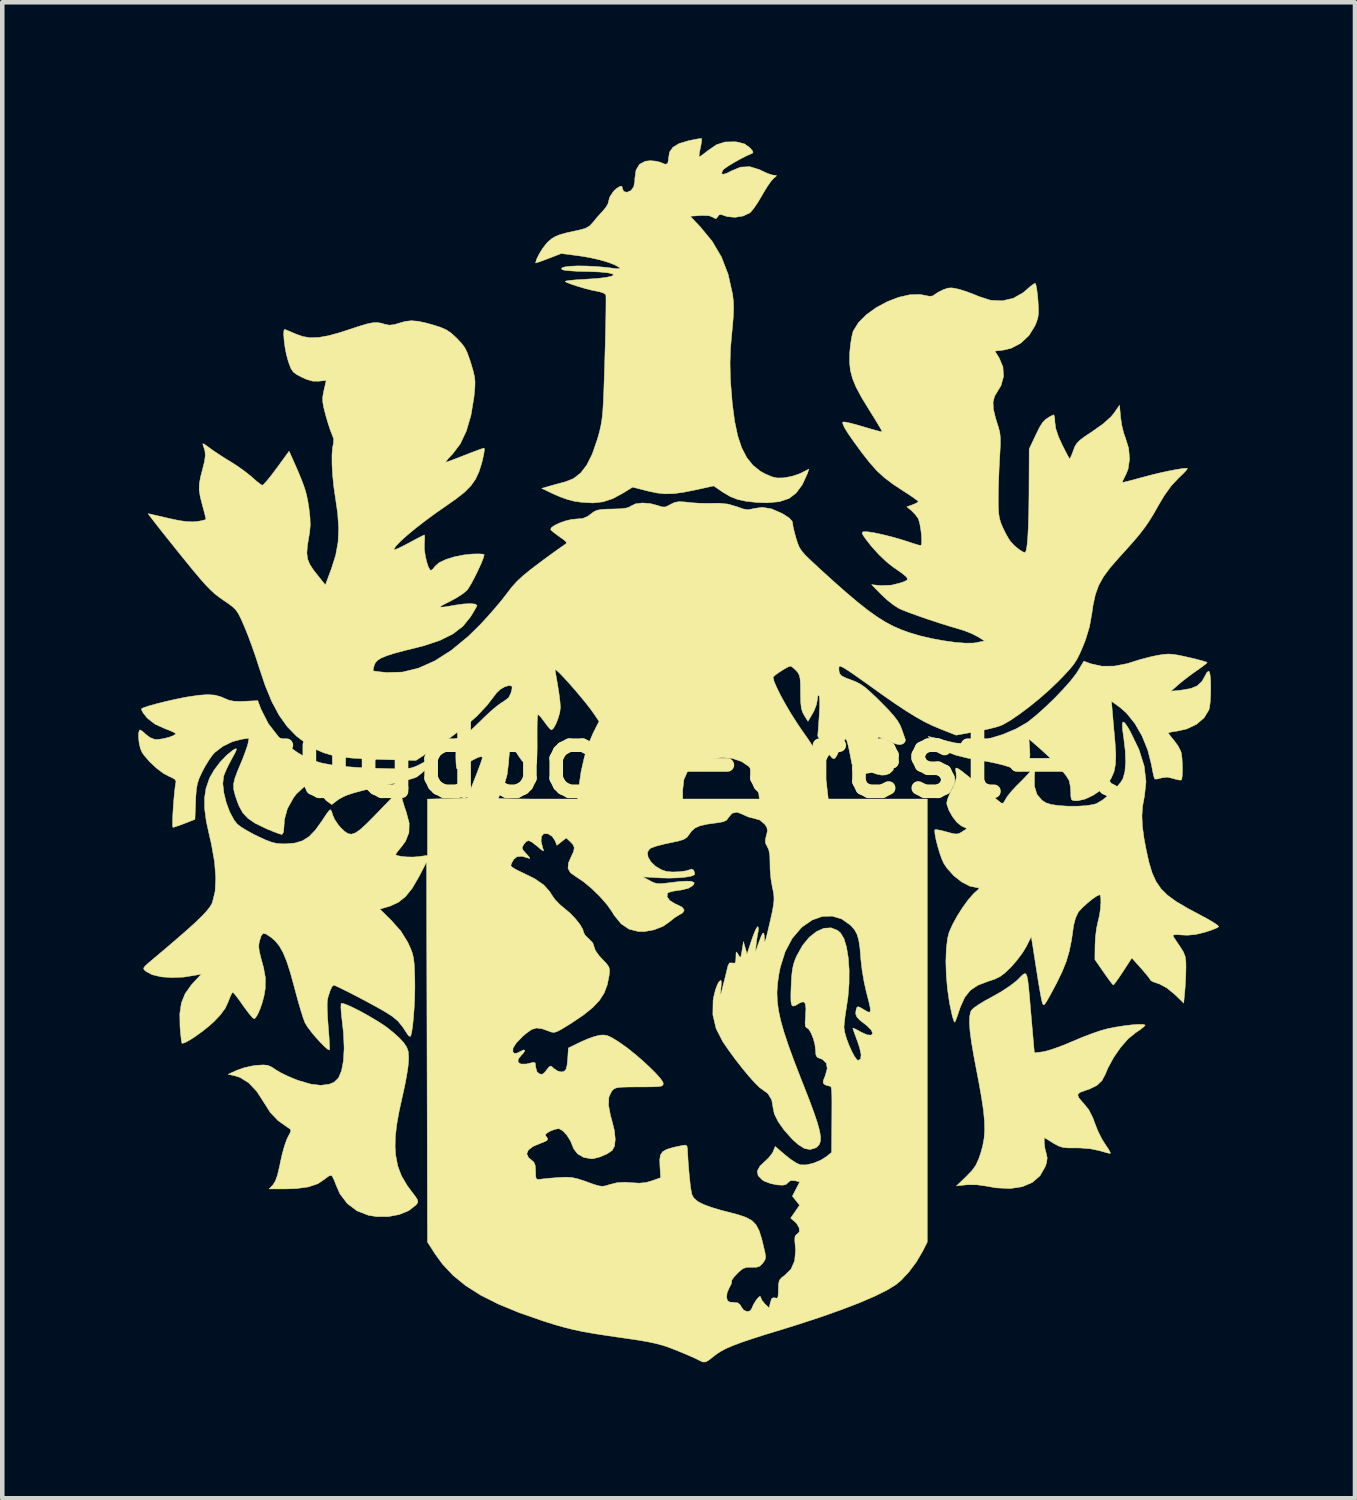
<source format=kicad_pcb>
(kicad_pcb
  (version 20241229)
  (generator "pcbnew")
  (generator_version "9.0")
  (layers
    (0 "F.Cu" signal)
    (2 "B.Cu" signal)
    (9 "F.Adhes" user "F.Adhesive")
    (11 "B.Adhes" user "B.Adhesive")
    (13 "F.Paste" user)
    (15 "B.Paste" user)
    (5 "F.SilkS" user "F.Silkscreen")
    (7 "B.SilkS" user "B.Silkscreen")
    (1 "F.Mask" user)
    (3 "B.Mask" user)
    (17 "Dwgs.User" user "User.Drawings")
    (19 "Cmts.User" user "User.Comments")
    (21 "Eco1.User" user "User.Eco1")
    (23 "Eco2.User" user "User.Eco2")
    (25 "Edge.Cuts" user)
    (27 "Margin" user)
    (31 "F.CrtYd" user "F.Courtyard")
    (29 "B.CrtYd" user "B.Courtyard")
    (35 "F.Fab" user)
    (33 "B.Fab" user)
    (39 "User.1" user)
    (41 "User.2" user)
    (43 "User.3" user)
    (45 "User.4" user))
  (footprint "ruddock-crest-l"
    (layer "F.Cu")
    (at 12.081 13.708)
    (property "Reference" "ruddock-crest-l" (at 0 0 0) (layer "F.SilkS") (effects (font (size 1.524 1.524) (thickness 0.3))))
    (attr through_hole)
    (fp_poly (pts (xy -7.56 5.37) (xy -7.46 5.407) (xy -7.323 5.471) (xy -7.161 5.554) (xy -6.989 5.65) (xy -6.821 5.75) (xy -6.67 5.847) (xy -6.599 5.897) (xy -6.459 6.009) (xy -6.329 6.126) (xy -6.236 6.226) (xy -6.228 6.236) (xy -6.163 6.333) (xy -6.13 6.425) (xy -6.121 6.545) (xy -6.122 6.621) (xy -6.133 6.75) (xy -6.16 6.932) (xy -6.199 7.143) (xy -6.246 7.361) (xy -6.251 7.382) (xy -6.331 7.746) (xy -6.385 8.05) (xy -6.414 8.308) (xy -6.419 8.532) (xy -6.407 8.709) (xy -6.361 8.951) (xy -6.281 9.166) (xy -6.154 9.381) (xy -6.062 9.506) (xy -5.974 9.622) (xy -5.927 9.695) (xy -5.917 9.743) (xy -5.937 9.784) (xy -5.963 9.814) (xy -6.119 9.936) (xy -6.327 10.022) (xy -6.568 10.067) (xy -6.824 10.068) (xy -7.006 10.039) (xy -7.26 9.941) (xy -7.473 9.78) (xy -7.636 9.565) (xy -7.716 9.384) (xy -7.76 9.268) (xy -7.802 9.184) (xy -7.822 9.16) (xy -7.872 9.168) (xy -7.948 9.221) (xy -7.97 9.24) (xy -8.123 9.343) (xy -8.332 9.413) (xy -8.604 9.45) (xy -8.825 9.457) (xy -9.197 9.457) (xy -9.111 9.366) (xy -9.059 9.283) (xy -9.011 9.147) (xy -8.964 8.947) (xy -8.95 8.875) (xy -8.908 8.687) (xy -8.859 8.51) (xy -8.809 8.37) (xy -8.784 8.316) (xy -8.732 8.218) (xy -8.717 8.165) (xy -8.738 8.133) (xy -8.769 8.113) (xy -8.998 7.953) (xy -9.174 7.768) (xy -9.305 7.561) (xy -9.469 7.307) (xy -9.649 7.117) (xy -9.84 6.998) (xy -9.934 6.968) (xy -10.101 6.929) (xy -9.906 6.841) (xy -9.753 6.787) (xy -9.573 6.746) (xy -9.465 6.731) (xy -9.323 6.723) (xy -9.228 6.732) (xy -9.145 6.768) (xy -9.054 6.828) (xy -8.941 6.896) (xy -8.781 6.973) (xy -8.604 7.047) (xy -8.541 7.07) (xy -8.275 7.147) (xy -8.055 7.173) (xy -7.869 7.147) (xy -7.763 7.104) (xy -7.668 7.012) (xy -7.6 6.852) (xy -7.558 6.63) (xy -7.543 6.353) (xy -7.557 6.025) (xy -7.588 5.739) (xy -7.606 5.583) (xy -7.614 5.456) (xy -7.611 5.38) (xy -7.607 5.366) (xy -7.56 5.37)) (stroke (width 0.01) (type solid)) (fill yes) (layer "F.SilkS"))
    (fp_poly (pts (xy 7.491 4.719) (xy 7.513 4.768) (xy 7.532 4.863) (xy 7.549 5.01) (xy 7.569 5.218) (xy 7.592 5.493) (xy 7.605 5.641) (xy 7.676 6.457) (xy 7.86 6.435) (xy 7.966 6.41) (xy 8.123 6.36) (xy 8.31 6.291) (xy 8.506 6.209) (xy 8.526 6.201) (xy 8.735 6.113) (xy 8.947 6.032) (xy 9.139 5.967) (xy 9.285 5.926) (xy 9.285 5.926) (xy 9.464 5.89) (xy 9.648 5.861) (xy 9.822 5.84) (xy 9.968 5.829) (xy 10.072 5.83) (xy 10.118 5.843) (xy 10.119 5.846) (xy 10.087 5.884) (xy 10.007 5.947) (xy 9.904 6.016) (xy 9.743 6.148) (xy 9.579 6.335) (xy 9.425 6.557) (xy 9.297 6.794) (xy 9.24 6.929) (xy 9.165 7.071) (xy 9.053 7.176) (xy 8.886 7.257) (xy 8.792 7.288) (xy 8.679 7.33) (xy 8.633 7.378) (xy 8.653 7.445) (xy 8.736 7.544) (xy 8.755 7.563) (xy 8.875 7.711) (xy 8.965 7.888) (xy 9.009 8.008) (xy 9.077 8.181) (xy 9.164 8.356) (xy 9.243 8.481) (xy 9.311 8.581) (xy 9.349 8.652) (xy 9.35 8.675) (xy 9.295 8.665) (xy 9.192 8.637) (xy 9.102 8.611) (xy 8.912 8.572) (xy 8.685 8.554) (xy 8.582 8.553) (xy 8.418 8.553) (xy 8.303 8.541) (xy 8.21 8.511) (xy 8.109 8.457) (xy 8.084 8.441) (xy 7.894 8.324) (xy 7.894 8.435) (xy 7.907 8.554) (xy 7.937 8.671) (xy 7.959 8.772) (xy 7.946 8.876) (xy 7.915 8.968) (xy 7.8 9.168) (xy 7.63 9.315) (xy 7.408 9.409) (xy 7.139 9.449) (xy 6.828 9.433) (xy 6.624 9.396) (xy 6.412 9.366) (xy 6.203 9.365) (xy 6.174 9.367) (xy 5.959 9.391) (xy 6.178 9.18) (xy 6.302 9.051) (xy 6.385 8.936) (xy 6.447 8.801) (xy 6.491 8.675) (xy 6.537 8.508) (xy 6.568 8.341) (xy 6.581 8.163) (xy 6.576 7.962) (xy 6.554 7.726) (xy 6.512 7.445) (xy 6.452 7.106) (xy 6.412 6.897) (xy 6.342 6.529) (xy 6.291 6.23) (xy 6.259 5.991) (xy 6.245 5.805) (xy 6.248 5.666) (xy 6.267 5.565) (xy 6.285 5.522) (xy 6.336 5.471) (xy 6.442 5.396) (xy 6.586 5.308) (xy 6.73 5.23) (xy 6.941 5.111) (xy 7.132 4.986) (xy 7.28 4.871) (xy 7.313 4.841) (xy 7.376 4.777) (xy 7.425 4.731) (xy 7.462 4.71) (xy 7.491 4.719)) (stroke (width 0.01) (type solid)) (fill yes) (layer "F.SilkS"))
    (fp_poly (pts (xy 10.738 -2.33) (xy 10.872 -2.308) (xy 11.055 -2.268) (xy 11.078 -2.263) (xy 11.245 -2.223) (xy 11.378 -2.188) (xy 11.464 -2.161) (xy 11.487 -2.149) (xy 11.457 -2.119) (xy 11.377 -2.058) (xy 11.265 -1.978) (xy 11.243 -1.963) (xy 11.096 -1.857) (xy 10.95 -1.745) (xy 10.844 -1.657) (xy 10.688 -1.517) (xy 10.916 -1.541) (xy 11.122 -1.576) (xy 11.268 -1.636) (xy 11.37 -1.732) (xy 11.429 -1.835) (xy 11.482 -1.933) (xy 11.52 -1.958) (xy 11.534 -1.946) (xy 11.551 -1.877) (xy 11.562 -1.753) (xy 11.565 -1.596) (xy 11.562 -1.429) (xy 11.553 -1.273) (xy 11.537 -1.153) (xy 11.525 -1.106) (xy 11.419 -0.931) (xy 11.252 -0.788) (xy 11.038 -0.686) (xy 10.822 -0.637) (xy 10.711 -0.621) (xy 10.642 -0.604) (xy 10.629 -0.597) (xy 10.652 -0.56) (xy 10.712 -0.484) (xy 10.761 -0.425) (xy 10.844 -0.31) (xy 10.903 -0.195) (xy 10.917 -0.15) (xy 10.931 -0.042) (xy 10.939 0.094) (xy 10.941 0.234) (xy 10.936 0.353) (xy 10.924 0.428) (xy 10.918 0.44) (xy 10.871 0.442) (xy 10.779 0.421) (xy 10.743 0.409) (xy 10.608 0.377) (xy 10.491 0.391) (xy 10.471 0.397) (xy 10.383 0.42) (xy 10.331 0.418) (xy 10.33 0.417) (xy 10.313 0.371) (xy 10.289 0.268) (xy 10.262 0.129) (xy 10.257 0.099) (xy 10.176 -0.222) (xy 10.051 -0.53) (xy 9.892 -0.806) (xy 9.708 -1.035) (xy 9.558 -1.166) (xy 9.376 -1.296) (xy 9.397 -1.049) (xy 9.41 -0.899) (xy 9.427 -0.703) (xy 9.446 -0.493) (xy 9.455 -0.391) (xy 9.472 -0.12) (xy 9.465 0.093) (xy 9.431 0.263) (xy 9.367 0.408) (xy 9.279 0.532) (xy 9.143 0.663) (xy 8.972 0.778) (xy 8.793 0.861) (xy 8.632 0.898) (xy 8.609 0.899) (xy 8.529 0.894) (xy 8.492 0.867) (xy 8.48 0.796) (xy 8.48 0.725) (xy 8.471 0.592) (xy 8.448 0.474) (xy 8.441 0.45) (xy 8.386 0.358) (xy 8.283 0.228) (xy 8.142 0.074) (xy 7.975 -0.092) (xy 7.794 -0.258) (xy 7.774 -0.275) (xy 7.557 -0.464) (xy 7.573 -0.237) (xy 7.579 -0.103) (xy 7.565 -0.015) (xy 7.524 0.059) (xy 7.473 0.119) (xy 7.357 0.249) (xy 7.148 0.162) (xy 7.017 0.119) (xy 6.837 0.073) (xy 6.637 0.032) (xy 6.527 0.014) (xy 6.204 -0.042) (xy 5.947 -0.106) (xy 5.743 -0.184) (xy 5.58 -0.28) (xy 5.444 -0.4) (xy 5.431 -0.413) (xy 5.334 -0.519) (xy 5.432 -0.498) (xy 5.521 -0.478) (xy 5.654 -0.444) (xy 5.775 -0.412) (xy 5.933 -0.376) (xy 6.069 -0.366) (xy 6.224 -0.378) (xy 6.294 -0.389) (xy 6.641 -0.46) (xy 6.973 -0.561) (xy 7.271 -0.686) (xy 7.514 -0.825) (xy 7.549 -0.851) (xy 7.73 -0.997) (xy 7.928 -1.175) (xy 8.129 -1.369) (xy 8.317 -1.566) (xy 8.479 -1.749) (xy 8.6 -1.906) (xy 8.635 -1.96) (xy 8.767 -2.18) (xy 8.926 -2.121) (xy 9.164 -2.069) (xy 9.437 -2.071) (xy 9.725 -2.126) (xy 9.83 -2.16) (xy 10.02 -2.219) (xy 10.233 -2.274) (xy 10.387 -2.307) (xy 10.52 -2.328) (xy 10.628 -2.337) (xy 10.738 -2.33)) (stroke (width 0.01) (type solid)) (fill yes) (layer "F.SilkS"))
    (fp_poly (pts (xy -10.392 -1.431) (xy -10.257 -1.393) (xy -10.191 -1.364) (xy -10.084 -1.319) (xy -9.972 -1.296) (xy -9.824 -1.292) (xy -9.74 -1.295) (xy -9.448 -1.309) (xy -9.374 -1.114) (xy -9.213 -0.799) (xy -8.987 -0.509) (xy -8.743 -0.287) (xy -8.575 -0.167) (xy -8.41 -0.069) (xy -8.236 0.007) (xy -8.041 0.066) (xy -7.814 0.11) (xy -7.543 0.143) (xy -7.216 0.166) (xy -6.838 0.182) (xy -6.581 0.19) (xy -6.389 0.195) (xy -6.247 0.194) (xy -6.144 0.187) (xy -6.064 0.174) (xy -5.996 0.153) (xy -5.924 0.123) (xy -5.923 0.122) (xy -5.776 0.045) (xy -5.621 -0.056) (xy -5.557 -0.105) (xy -5.461 -0.178) (xy -5.419 -0.196) (xy -5.425 -0.17) (xy -5.493 -0.07) (xy -5.597 0.054) (xy -5.719 0.182) (xy -5.837 0.293) (xy -5.933 0.367) (xy -5.948 0.376) (xy -6.028 0.406) (xy -6.167 0.446) (xy -6.347 0.492) (xy -6.549 0.539) (xy -6.597 0.55) (xy -6.906 0.618) (xy -7.148 0.675) (xy -7.334 0.726) (xy -7.476 0.773) (xy -7.582 0.819) (xy -7.665 0.868) (xy -7.689 0.885) (xy -7.816 0.982) (xy -7.933 0.898) (xy -8.041 0.779) (xy -8.094 0.641) (xy -8.126 0.535) (xy -8.159 0.489) (xy -8.208 0.488) (xy -8.221 0.491) (xy -8.424 0.588) (xy -8.598 0.75) (xy -8.66 0.833) (xy -8.793 1.07) (xy -8.859 1.31) (xy -8.87 1.475) (xy -8.881 1.592) (xy -8.912 1.64) (xy -8.919 1.641) (xy -8.976 1.626) (xy -9.083 1.586) (xy -9.223 1.529) (xy -9.277 1.505) (xy -9.501 1.397) (xy -9.662 1.287) (xy -9.777 1.165) (xy -9.86 1.014) (xy -9.882 0.96) (xy -9.943 0.786) (xy -9.977 0.653) (xy -9.982 0.538) (xy -9.956 0.416) (xy -9.9 0.262) (xy -9.849 0.14) (xy -9.778 -0.031) (xy -9.719 -0.189) (xy -9.677 -0.31) (xy -9.664 -0.358) (xy -9.64 -0.481) (xy -9.8 -0.459) (xy -10.009 -0.404) (xy -10.217 -0.302) (xy -10.391 -0.17) (xy -10.44 -0.118) (xy -10.518 -0.009) (xy -10.607 0.136) (xy -10.679 0.271) (xy -10.739 0.401) (xy -10.777 0.514) (xy -10.8 0.638) (xy -10.813 0.8) (xy -10.818 0.916) (xy -10.833 1.309) (xy -11.058 1.397) (xy -11.182 1.443) (xy -11.277 1.475) (xy -11.318 1.485) (xy -11.325 1.449) (xy -11.326 1.353) (xy -11.321 1.213) (xy -11.311 1.049) (xy -11.298 0.876) (xy -11.283 0.712) (xy -11.267 0.576) (xy -11.252 0.483) (xy -11.249 0.474) (xy -11.274 0.425) (xy -11.367 0.375) (xy -11.392 0.366) (xy -11.522 0.298) (xy -11.674 0.185) (xy -11.824 0.046) (xy -11.95 -0.099) (xy -12 -0.171) (xy -12.037 -0.26) (xy -12.063 -0.377) (xy -12.076 -0.498) (xy -12.074 -0.599) (xy -12.056 -0.658) (xy -12.043 -0.664) (xy -11.996 -0.638) (xy -11.927 -0.576) (xy -11.923 -0.571) (xy -11.824 -0.496) (xy -11.723 -0.455) (xy -11.638 -0.454) (xy -11.524 -0.472) (xy -11.405 -0.502) (xy -11.308 -0.538) (xy -11.257 -0.572) (xy -11.254 -0.58) (xy -11.288 -0.606) (xy -11.377 -0.647) (xy -11.502 -0.695) (xy -11.506 -0.697) (xy -11.712 -0.79) (xy -11.868 -0.911) (xy -11.901 -0.945) (xy -11.973 -1.037) (xy -12.011 -1.106) (xy -12.01 -1.132) (xy -11.952 -1.159) (xy -11.834 -1.197) (xy -11.672 -1.242) (xy -11.483 -1.289) (xy -11.282 -1.335) (xy -11.087 -1.375) (xy -11.011 -1.389) (xy -10.752 -1.428) (xy -10.551 -1.442) (xy -10.392 -1.431)) (stroke (width 0.01) (type solid)) (fill yes) (layer "F.SilkS"))
    (fp_poly (pts (xy 9.668 -0.82) (xy 9.731 -0.731) (xy 9.794 -0.621) (xy 9.983 -0.231) (xy 10.097 0.134) (xy 10.138 0.477) (xy 10.104 0.796) (xy 10.103 0.799) (xy 10.063 1.015) (xy 10.048 1.229) (xy 10.058 1.459) (xy 10.094 1.727) (xy 10.139 1.967) (xy 10.202 2.254) (xy 10.272 2.487) (xy 10.358 2.678) (xy 10.469 2.84) (xy 10.615 2.984) (xy 10.807 3.123) (xy 11.054 3.269) (xy 11.304 3.402) (xy 11.472 3.492) (xy 11.609 3.572) (xy 11.703 3.634) (xy 11.741 3.671) (xy 11.741 3.675) (xy 11.695 3.704) (xy 11.595 3.744) (xy 11.46 3.79) (xy 11.443 3.795) (xy 11.232 3.847) (xy 11.048 3.863) (xy 10.937 3.858) (xy 10.805 3.85) (xy 10.74 3.858) (xy 10.734 3.882) (xy 10.769 3.937) (xy 10.833 4.033) (xy 10.89 4.117) (xy 10.963 4.234) (xy 11.002 4.334) (xy 11.017 4.453) (xy 11.019 4.567) (xy 11.015 4.755) (xy 11.004 4.964) (xy 10.994 5.092) (xy 10.969 5.359) (xy 10.77 5.167) (xy 10.598 5.026) (xy 10.437 4.939) (xy 10.404 4.928) (xy 10.304 4.894) (xy 10.245 4.863) (xy 10.238 4.854) (xy 10.214 4.814) (xy 10.149 4.732) (xy 10.057 4.624) (xy 10.032 4.595) (xy 9.825 4.365) (xy 9.631 4.663) (xy 9.544 4.794) (xy 9.472 4.896) (xy 9.427 4.953) (xy 9.418 4.961) (xy 9.388 4.931) (xy 9.326 4.85) (xy 9.243 4.735) (xy 9.205 4.68) (xy 9.011 4.4) (xy 9.014 4.085) (xy 9.024 3.9) (xy 9.047 3.713) (xy 9.079 3.563) (xy 9.08 3.559) (xy 9.112 3.426) (xy 9.133 3.281) (xy 9.143 3.145) (xy 9.141 3.036) (xy 9.125 2.977) (xy 9.115 2.971) (xy 9.053 2.998) (xy 8.956 3.064) (xy 8.846 3.154) (xy 8.74 3.251) (xy 8.659 3.337) (xy 8.636 3.371) (xy 8.582 3.491) (xy 8.544 3.635) (xy 8.538 3.672) (xy 8.496 3.969) (xy 8.445 4.219) (xy 8.378 4.445) (xy 8.287 4.672) (xy 8.164 4.924) (xy 8.071 5.099) (xy 7.985 5.256) (xy 7.928 5.352) (xy 7.892 5.396) (xy 7.87 5.395) (xy 7.854 5.359) (xy 7.847 5.333) (xy 7.828 5.25) (xy 7.802 5.109) (xy 7.771 4.93) (xy 7.739 4.732) (xy 7.739 4.728) (xy 7.707 4.523) (xy 7.677 4.33) (xy 7.652 4.17) (xy 7.636 4.067) (xy 7.608 3.895) (xy 7.497 4.116) (xy 7.412 4.255) (xy 7.293 4.414) (xy 7.167 4.559) (xy 7.159 4.567) (xy 7.03 4.692) (xy 6.921 4.774) (xy 6.803 4.832) (xy 6.651 4.882) (xy 6.428 4.967) (xy 6.263 5.079) (xy 6.141 5.233) (xy 6.045 5.445) (xy 6.024 5.507) (xy 5.979 5.64) (xy 5.943 5.738) (xy 5.921 5.782) (xy 5.919 5.783) (xy 5.901 5.75) (xy 5.873 5.666) (xy 5.865 5.637) (xy 5.805 5.357) (xy 5.761 5.052) (xy 5.734 4.74) (xy 5.725 4.437) (xy 5.735 4.162) (xy 5.763 3.931) (xy 5.796 3.801) (xy 5.868 3.636) (xy 5.971 3.447) (xy 6.093 3.254) (xy 6.219 3.081) (xy 6.333 2.951) (xy 6.366 2.92) (xy 6.44 2.854) (xy 6.458 2.823) (xy 6.424 2.814) (xy 6.41 2.814) (xy 6.249 2.78) (xy 6.074 2.689) (xy 5.902 2.554) (xy 5.751 2.386) (xy 5.683 2.285) (xy 5.638 2.188) (xy 5.59 2.054) (xy 5.545 1.904) (xy 5.508 1.757) (xy 5.485 1.633) (xy 5.479 1.553) (xy 5.485 1.536) (xy 5.529 1.536) (xy 5.626 1.555) (xy 5.74 1.585) (xy 5.872 1.62) (xy 5.955 1.632) (xy 6.015 1.62) (xy 6.077 1.586) (xy 6.084 1.581) (xy 6.191 1.511) (xy 6.068 1.454) (xy 5.972 1.378) (xy 5.875 1.255) (xy 5.794 1.114) (xy 5.749 0.983) (xy 5.744 0.942) (xy 5.762 0.864) (xy 5.809 0.746) (xy 5.859 0.643) (xy 5.927 0.499) (xy 5.955 0.389) (xy 5.951 0.286) (xy 5.941 0.226) (xy 5.941 0.188) (xy 5.957 0.175) (xy 5.999 0.193) (xy 6.073 0.244) (xy 6.187 0.334) (xy 6.35 0.466) (xy 6.467 0.562) (xy 6.626 0.691) (xy 6.765 0.804) (xy 6.873 0.891) (xy 6.936 0.942) (xy 6.945 0.949) (xy 6.99 0.952) (xy 7.032 0.884) (xy 7.035 0.877) (xy 7.082 0.8) (xy 7.17 0.691) (xy 7.283 0.569) (xy 7.322 0.531) (xy 7.443 0.41) (xy 7.548 0.297) (xy 7.62 0.213) (xy 7.633 0.195) (xy 7.668 0.147) (xy 7.686 0.141) (xy 7.689 0.188) (xy 7.682 0.298) (xy 7.677 0.352) (xy 7.679 0.58) (xy 7.733 0.756) (xy 7.842 0.886) (xy 7.932 0.944) (xy 8.047 0.981) (xy 8.217 1.005) (xy 8.418 1.018) (xy 8.628 1.018) (xy 8.824 1.006) (xy 8.982 0.98) (xy 9.047 0.96) (xy 9.176 0.884) (xy 9.323 0.767) (xy 9.466 0.629) (xy 9.579 0.493) (xy 9.629 0.412) (xy 9.672 0.26) (xy 9.689 0.049) (xy 9.68 -0.208) (xy 9.649 -0.47) (xy 9.622 -0.667) (xy 9.615 -0.79) (xy 9.63 -0.84) (xy 9.668 -0.82)) (stroke (width 0.01) (type solid)) (fill yes) (layer "F.SilkS"))
    (fp_poly (pts (xy 0.34 -13.702) (xy 0.34 -13.659) (xy 0.326 -13.565) (xy 0.313 -13.501) (xy 0.291 -13.391) (xy 0.282 -13.317) (xy 0.284 -13.302) (xy 0.318 -13.317) (xy 0.395 -13.372) (xy 0.484 -13.442) (xy 0.666 -13.566) (xy 0.852 -13.627) (xy 1.068 -13.632) (xy 1.121 -13.627) (xy 1.286 -13.585) (xy 1.402 -13.501) (xy 1.464 -13.428) (xy 1.471 -13.389) (xy 1.446 -13.373) (xy 1.335 -13.325) (xy 1.199 -13.256) (xy 1.058 -13.177) (xy 0.932 -13.101) (xy 0.84 -13.037) (xy 0.806 -13.005) (xy 0.779 -12.936) (xy 0.811 -12.913) (xy 0.895 -12.938) (xy 0.992 -12.988) (xy 1.198 -13.073) (xy 1.403 -13.083) (xy 1.617 -13.017) (xy 1.665 -12.993) (xy 1.785 -12.937) (xy 1.89 -12.901) (xy 1.93 -12.895) (xy 1.986 -12.891) (xy 1.982 -12.871) (xy 1.926 -12.826) (xy 1.869 -12.762) (xy 1.79 -12.649) (xy 1.703 -12.507) (xy 1.67 -12.448) (xy 1.581 -12.299) (xy 1.494 -12.17) (xy 1.421 -12.082) (xy 1.401 -12.064) (xy 1.254 -11.995) (xy 1.076 -11.966) (xy 0.905 -11.982) (xy 0.856 -11.998) (xy 0.769 -12.028) (xy 0.722 -12.018) (xy 0.695 -11.981) (xy 0.657 -11.935) (xy 0.608 -11.955) (xy 0.592 -11.967) (xy 0.501 -12.002) (xy 0.344 -12.007) (xy 0.308 -12.005) (xy 0.088 -11.99) (xy 0.308 -11.758) (xy 0.574 -11.435) (xy 0.777 -11.09) (xy 0.924 -10.709) (xy 1.02 -10.278) (xy 1.023 -10.258) (xy 1.04 -10.115) (xy 1.045 -9.961) (xy 1.038 -9.777) (xy 1.019 -9.544) (xy 1.006 -9.418) (xy 0.976 -9.072) (xy 0.966 -8.76) (xy 0.972 -8.442) (xy 0.979 -8.314) (xy 1.016 -7.857) (xy 1.067 -7.47) (xy 1.135 -7.147) (xy 1.223 -6.883) (xy 1.334 -6.669) (xy 1.469 -6.5) (xy 1.631 -6.37) (xy 1.742 -6.308) (xy 1.885 -6.246) (xy 2.003 -6.219) (xy 2.135 -6.221) (xy 2.165 -6.224) (xy 2.324 -6.254) (xy 2.483 -6.305) (xy 2.538 -6.33) (xy 2.703 -6.414) (xy 2.675 -6.323) (xy 2.557 -6.067) (xy 2.42 -5.884) (xy 2.267 -5.767) (xy 2.052 -5.696) (xy 1.775 -5.671) (xy 1.563 -5.679) (xy 1.322 -5.705) (xy 1.133 -5.745) (xy 0.973 -5.808) (xy 0.815 -5.901) (xy 0.794 -5.915) (xy 0.606 -6.044) (xy 0.195 -5.954) (xy -0.067 -5.902) (xy -0.279 -5.874) (xy -0.463 -5.869) (xy -0.643 -5.888) (xy -0.842 -5.93) (xy -0.878 -5.939) (xy -1.181 -6.017) (xy -1.403 -5.88) (xy -1.622 -5.763) (xy -1.833 -5.693) (xy -2.056 -5.668) (xy -2.316 -5.684) (xy -2.473 -5.707) (xy -2.606 -5.741) (xy -2.771 -5.799) (xy -2.922 -5.864) (xy -3.185 -5.99) (xy -3.009 -6.041) (xy -2.855 -6.084) (xy -2.697 -6.126) (xy -2.666 -6.134) (xy -2.484 -6.207) (xy -2.327 -6.329) (xy -2.192 -6.506) (xy -2.072 -6.746) (xy -1.965 -7.055) (xy -1.936 -7.152) (xy -1.908 -7.256) (xy -1.886 -7.353) (xy -1.867 -7.453) (xy -1.852 -7.566) (xy -1.839 -7.702) (xy -1.829 -7.872) (xy -1.819 -8.084) (xy -1.81 -8.35) (xy -1.799 -8.68) (xy -1.794 -8.866) (xy -1.785 -9.184) (xy -1.778 -9.478) (xy -1.773 -9.738) (xy -1.77 -9.956) (xy -1.769 -10.122) (xy -1.77 -10.226) (xy -1.773 -10.259) (xy -1.82 -10.295) (xy -1.916 -10.326) (xy -1.961 -10.335) (xy -2.082 -10.359) (xy -2.232 -10.397) (xy -2.387 -10.443) (xy -2.527 -10.489) (xy -2.63 -10.528) (xy -2.669 -10.55) (xy -2.646 -10.563) (xy -2.558 -10.576) (xy -2.419 -10.589) (xy -2.244 -10.599) (xy -2.24 -10.6) (xy -1.969 -10.617) (xy -1.772 -10.64) (xy -1.649 -10.667) (xy -1.601 -10.694) (xy -1.629 -10.721) (xy -1.732 -10.744) (xy -1.912 -10.761) (xy -2.168 -10.771) (xy -2.202 -10.771) (xy -2.4 -10.776) (xy -2.567 -10.787) (xy -2.686 -10.8) (xy -2.743 -10.816) (xy -2.744 -10.817) (xy -2.743 -10.849) (xy -2.675 -10.873) (xy -2.554 -10.888) (xy -2.389 -10.895) (xy -2.193 -10.892) (xy -1.977 -10.881) (xy -1.753 -10.861) (xy -1.583 -10.839) (xy -1.486 -10.831) (xy -1.459 -10.844) (xy -1.465 -10.853) (xy -1.559 -10.911) (xy -1.714 -10.972) (xy -1.911 -11.03) (xy -2.133 -11.08) (xy -2.346 -11.115) (xy -2.755 -11.168) (xy -3.038 -11.059) (xy -3.171 -11.009) (xy -3.271 -10.975) (xy -3.319 -10.961) (xy -3.322 -10.962) (xy -3.299 -11.043) (xy -3.241 -11.159) (xy -3.163 -11.284) (xy -3.08 -11.392) (xy -3.034 -11.439) (xy -2.96 -11.499) (xy -2.882 -11.545) (xy -2.784 -11.584) (xy -2.648 -11.622) (xy -2.458 -11.664) (xy -2.375 -11.682) (xy -2.226 -11.722) (xy -2.128 -11.777) (xy -2.062 -11.848) (xy -1.976 -11.954) (xy -1.872 -12.07) (xy -1.846 -12.097) (xy -1.77 -12.188) (xy -1.725 -12.266) (xy -1.719 -12.29) (xy -1.688 -12.411) (xy -1.607 -12.535) (xy -1.549 -12.592) (xy -1.462 -12.65) (xy -1.417 -12.648) (xy -1.407 -12.601) (xy -1.378 -12.536) (xy -1.309 -12.518) (xy -1.226 -12.552) (xy -1.21 -12.565) (xy -1.156 -12.645) (xy -1.134 -12.769) (xy -1.133 -12.821) (xy -1.107 -13.007) (xy -1.03 -13.135) (xy -0.903 -13.203) (xy -0.791 -13.215) (xy -0.668 -13.204) (xy -0.567 -13.179) (xy -0.552 -13.171) (xy -0.456 -13.134) (xy -0.407 -13.157) (xy -0.391 -13.245) (xy -0.391 -13.261) (xy -0.368 -13.404) (xy -0.292 -13.512) (xy -0.156 -13.593) (xy 0.045 -13.653) (xy 0.182 -13.682) (xy 0.287 -13.7) (xy 0.338 -13.703) (xy 0.34 -13.702)) (stroke (width 0.01) (type solid)) (fill yes) (layer "F.SilkS"))
    (fp_poly (pts (xy 7.711 -10.476) (xy 7.73 -10.378) (xy 7.747 -10.238) (xy 7.755 -10.148) (xy 7.766 -9.97) (xy 7.766 -9.844) (xy 7.752 -9.746) (xy 7.721 -9.649) (xy 7.687 -9.57) (xy 7.556 -9.359) (xy 7.376 -9.191) (xy 7.164 -9.079) (xy 7 -9.04) (xy 6.805 -9.017) (xy 6.9 -8.866) (xy 6.983 -8.668) (xy 6.996 -8.458) (xy 6.941 -8.257) (xy 6.876 -8.15) (xy 6.8 -8.024) (xy 6.765 -7.892) (xy 6.773 -7.736) (xy 6.821 -7.537) (xy 6.851 -7.441) (xy 6.89 -7.318) (xy 6.915 -7.213) (xy 6.926 -7.104) (xy 6.927 -6.969) (xy 6.918 -6.786) (xy 6.913 -6.702) (xy 6.9 -6.458) (xy 6.889 -6.185) (xy 6.882 -5.925) (xy 6.881 -5.794) (xy 6.881 -5.591) (xy 6.889 -5.444) (xy 6.906 -5.331) (xy 6.936 -5.23) (xy 6.974 -5.138) (xy 7.041 -4.999) (xy 7.112 -4.875) (xy 7.153 -4.815) (xy 7.231 -4.732) (xy 7.327 -4.651) (xy 7.417 -4.592) (xy 7.469 -4.572) (xy 7.493 -4.611) (xy 7.514 -4.724) (xy 7.531 -4.911) (xy 7.544 -5.167) (xy 7.553 -5.491) (xy 7.558 -5.879) (xy 7.558 -5.94) (xy 7.562 -6.858) (xy 7.712 -7.176) (xy 7.79 -7.334) (xy 7.855 -7.439) (xy 7.925 -7.511) (xy 8.017 -7.571) (xy 8.099 -7.612) (xy 8.116 -7.586) (xy 8.127 -7.505) (xy 8.128 -7.455) (xy 8.147 -7.31) (xy 8.208 -7.129) (xy 8.283 -6.963) (xy 8.353 -6.823) (xy 8.41 -6.714) (xy 8.447 -6.652) (xy 8.456 -6.643) (xy 8.477 -6.677) (xy 8.513 -6.762) (xy 8.537 -6.829) (xy 8.571 -6.916) (xy 8.615 -6.986) (xy 8.683 -7.054) (xy 8.788 -7.133) (xy 8.946 -7.237) (xy 8.954 -7.243) (xy 9.193 -7.412) (xy 9.365 -7.567) (xy 9.431 -7.647) (xy 9.554 -7.823) (xy 9.578 -7.555) (xy 9.603 -7.384) (xy 9.645 -7.212) (xy 9.683 -7.105) (xy 9.755 -6.874) (xy 9.775 -6.637) (xy 9.743 -6.417) (xy 9.698 -6.303) (xy 9.648 -6.203) (xy 9.617 -6.136) (xy 9.613 -6.123) (xy 9.648 -6.126) (xy 9.742 -6.148) (xy 9.881 -6.184) (xy 10.013 -6.221) (xy 10.212 -6.274) (xy 10.419 -6.325) (xy 10.619 -6.369) (xy 10.796 -6.403) (xy 10.937 -6.426) (xy 11.027 -6.434) (xy 11.051 -6.429) (xy 11.033 -6.397) (xy 10.969 -6.327) (xy 10.872 -6.233) (xy 10.852 -6.214) (xy 10.694 -6.046) (xy 10.54 -5.831) (xy 10.412 -5.616) (xy 10.307 -5.43) (xy 10.21 -5.273) (xy 10.111 -5.128) (xy 9.998 -4.981) (xy 9.861 -4.818) (xy 9.688 -4.624) (xy 9.545 -4.467) (xy 9.346 -4.239) (xy 9.199 -4.04) (xy 9.094 -3.85) (xy 9.021 -3.648) (xy 8.97 -3.414) (xy 8.945 -3.238) (xy 8.892 -2.941) (xy 8.805 -2.653) (xy 8.745 -2.501) (xy 8.677 -2.344) (xy 8.614 -2.22) (xy 8.543 -2.11) (xy 8.45 -1.996) (xy 8.324 -1.86) (xy 8.213 -1.745) (xy 8.015 -1.555) (xy 7.795 -1.361) (xy 7.567 -1.176) (xy 7.346 -1.01) (xy 7.146 -0.874) (xy 6.982 -0.78) (xy 6.939 -0.761) (xy 6.839 -0.728) (xy 6.686 -0.689) (xy 6.503 -0.649) (xy 6.372 -0.624) (xy 5.951 -0.548) (xy 5.612 -0.681) (xy 5.433 -0.757) (xy 5.253 -0.844) (xy 5.063 -0.951) (xy 4.85 -1.082) (xy 4.603 -1.246) (xy 4.313 -1.448) (xy 4.125 -1.583) (xy 3.889 -1.751) (xy 3.709 -1.878) (xy 3.575 -1.969) (xy 3.482 -2.028) (xy 3.421 -2.06) (xy 3.383 -2.071) (xy 3.38 -2.071) (xy 3.366 -2.038) (xy 3.368 -1.964) (xy 3.384 -1.903) (xy 3.426 -1.856) (xy 3.512 -1.813) (xy 3.634 -1.767) (xy 3.745 -1.723) (xy 3.842 -1.672) (xy 3.941 -1.603) (xy 4.056 -1.503) (xy 4.204 -1.363) (xy 4.282 -1.286) (xy 4.453 -1.112) (xy 4.575 -0.976) (xy 4.659 -0.866) (xy 4.716 -0.767) (xy 4.747 -0.691) (xy 4.79 -0.57) (xy 4.823 -0.476) (xy 4.835 -0.443) (xy 4.818 -0.391) (xy 4.774 -0.355) (xy 4.71 -0.338) (xy 4.623 -0.354) (xy 4.491 -0.404) (xy 4.477 -0.411) (xy 4.359 -0.462) (xy 4.272 -0.497) (xy 4.239 -0.508) (xy 4.224 -0.475) (xy 4.22 -0.418) (xy 4.25 -0.334) (xy 4.334 -0.222) (xy 4.396 -0.156) (xy 4.519 -0.009) (xy 4.574 0.119) (xy 4.562 0.224) (xy 4.482 0.299) (xy 4.394 0.329) (xy 4.305 0.333) (xy 4.189 0.308) (xy 4.028 0.249) (xy 3.964 0.222) (xy 3.654 0.09) (xy 3.6 -0.189) (xy 3.57 -0.325) (xy 3.542 -0.424) (xy 3.52 -0.468) (xy 3.518 -0.469) (xy 3.488 -0.436) (xy 3.439 -0.35) (xy 3.382 -0.232) (xy 3.324 -0.107) (xy 3.283 -0.042) (xy 3.251 -0.027) (xy 3.214 -0.05) (xy 3.211 -0.053) (xy 3.156 -0.118) (xy 3.082 -0.225) (xy 3.023 -0.32) (xy 2.9 -0.528) (xy 2.931 -0.957) (xy 2.941 -1.146) (xy 2.943 -1.297) (xy 2.936 -1.395) (xy 2.927 -1.424) (xy 2.902 -1.419) (xy 2.892 -1.347) (xy 2.892 -1.334) (xy 2.872 -1.224) (xy 2.821 -1.091) (xy 2.788 -1.029) (xy 2.685 -0.853) (xy 2.603 -0.983) (xy 2.563 -1.059) (xy 2.538 -1.147) (xy 2.525 -1.267) (xy 2.521 -1.439) (xy 2.52 -1.491) (xy 2.519 -1.67) (xy 2.511 -1.789) (xy 2.494 -1.867) (xy 2.464 -1.925) (xy 2.426 -1.97) (xy 2.355 -2.037) (xy 2.304 -2.07) (xy 2.3 -2.071) (xy 2.245 -2.052) (xy 2.156 -2.003) (xy 2.057 -1.94) (xy 1.97 -1.879) (xy 1.92 -1.833) (xy 1.915 -1.824) (xy 1.935 -1.738) (xy 1.993 -1.602) (xy 2.079 -1.428) (xy 2.187 -1.231) (xy 2.309 -1.024) (xy 2.438 -0.821) (xy 2.522 -0.696) (xy 2.691 -0.454) (xy 2.82 -0.259) (xy 2.915 -0.097) (xy 2.983 0.047) (xy 3.031 0.189) (xy 3.065 0.342) (xy 3.092 0.523) (xy 3.106 0.635) (xy 3.132 0.86) (xy 5.314 0.86) (xy 5.314 10.632) (xy 5.211 10.835) (xy 5.074 11.068) (xy 4.909 11.289) (xy 4.735 11.475) (xy 4.622 11.569) (xy 4.428 11.688) (xy 4.16 11.821) (xy 3.824 11.966) (xy 3.423 12.12) (xy 2.961 12.283) (xy 2.443 12.453) (xy 2.088 12.563) (xy 1.734 12.671) (xy 1.447 12.763) (xy 1.216 12.841) (xy 1.033 12.91) (xy 0.888 12.972) (xy 0.773 13.032) (xy 0.677 13.093) (xy 0.604 13.149) (xy 0.498 13.233) (xy 0.428 13.272) (xy 0.367 13.273) (xy 0.292 13.24) (xy 0.26 13.223) (xy 0.178 13.183) (xy 0.044 13.124) (xy -0.121 13.055) (xy -0.24 13.007) (xy -0.387 12.95) (xy -0.526 12.904) (xy -0.672 12.865) (xy -0.841 12.829) (xy -1.049 12.793) (xy -1.312 12.754) (xy -1.43 12.737) (xy -1.767 12.688) (xy -2.044 12.645) (xy -2.275 12.604) (xy -2.476 12.562) (xy -2.665 12.516) (xy -2.857 12.462) (xy -3.069 12.397) (xy -3.162 12.367) (xy -3.689 12.183) (xy -4.145 11.995) (xy -4.535 11.798) (xy -4.866 11.588) (xy -5.144 11.361) (xy -5.375 11.114) (xy -5.536 10.893) (xy -5.705 10.629) (xy -5.725 2.329) (xy -3.869 2.329) (xy -3.835 2.366) (xy -3.747 2.419) (xy -3.623 2.479) (xy -3.609 2.485) (xy -3.341 2.617) (xy -3.143 2.754) (xy -3.009 2.903) (xy -2.972 2.965) (xy -2.896 3.074) (xy -2.783 3.191) (xy -2.7 3.26) (xy -2.565 3.373) (xy -2.441 3.502) (xy -2.341 3.63) (xy -2.279 3.738) (xy -2.266 3.791) (xy -2.237 3.854) (xy -2.165 3.928) (xy -2.149 3.941) (xy -2.061 4.032) (xy -2.032 4.117) (xy -2.003 4.201) (xy -1.922 4.314) (xy -1.854 4.388) (xy -1.758 4.489) (xy -1.707 4.561) (xy -1.69 4.629) (xy -1.696 4.721) (xy -1.701 4.756) (xy -1.742 4.96) (xy -1.81 5.138) (xy -1.913 5.3) (xy -2.06 5.456) (xy -2.259 5.617) (xy -2.52 5.794) (xy -2.603 5.846) (xy -2.747 5.934) (xy -2.843 5.985) (xy -2.91 6.006) (xy -2.966 6.001) (xy -3.023 5.981) (xy -3.181 5.924) (xy -3.302 5.909) (xy -3.41 5.942) (xy -3.53 6.028) (xy -3.608 6.096) (xy -3.749 6.241) (xy -3.82 6.355) (xy -3.822 6.435) (xy -3.792 6.467) (xy -3.735 6.464) (xy -3.655 6.425) (xy -3.581 6.39) (xy -3.558 6.406) (xy -3.589 6.46) (xy -3.634 6.506) (xy -3.705 6.596) (xy -3.707 6.664) (xy -3.647 6.703) (xy -3.533 6.704) (xy -3.462 6.688) (xy -3.37 6.666) (xy -3.331 6.678) (xy -3.322 6.736) (xy -3.322 6.762) (xy -3.293 6.871) (xy -3.245 6.916) (xy -3.185 6.933) (xy -3.131 6.9) (xy -3.082 6.839) (xy -3.023 6.765) (xy -2.984 6.747) (xy -2.942 6.779) (xy -2.922 6.8) (xy -2.832 6.859) (xy -2.754 6.878) (xy -2.693 6.866) (xy -2.653 6.824) (xy -2.628 6.735) (xy -2.613 6.587) (xy -2.609 6.526) (xy -2.599 6.35) (xy -2.327 6.217) (xy -2.172 6.149) (xy -2.019 6.095) (xy -1.901 6.067) (xy -1.897 6.067) (xy -1.813 6.063) (xy -1.735 6.078) (xy -1.643 6.12) (xy -1.518 6.197) (xy -1.441 6.248) (xy -1.292 6.355) (xy -1.13 6.485) (xy -0.965 6.627) (xy -0.81 6.77) (xy -0.676 6.903) (xy -0.575 7.016) (xy -0.517 7.097) (xy -0.508 7.125) (xy -0.51 7.156) (xy -0.523 7.178) (xy -0.56 7.193) (xy -0.631 7.202) (xy -0.749 7.206) (xy -0.926 7.208) (xy -1.088 7.208) (xy -1.29 7.21) (xy -1.429 7.214) (xy -1.52 7.224) (xy -1.578 7.243) (xy -1.618 7.272) (xy -1.644 7.302) (xy -1.705 7.431) (xy -1.714 7.608) (xy -1.671 7.838) (xy -1.642 7.939) (xy -1.585 8.166) (xy -1.565 8.362) (xy -1.581 8.514) (xy -1.633 8.609) (xy -1.749 8.686) (xy -1.899 8.751) (xy -2.044 8.788) (xy -2.093 8.792) (xy -2.259 8.763) (xy -2.397 8.683) (xy -2.485 8.567) (xy -2.498 8.531) (xy -2.552 8.398) (xy -2.631 8.273) (xy -2.72 8.177) (xy -2.802 8.13) (xy -2.817 8.128) (xy -2.906 8.146) (xy -3.012 8.188) (xy -3.015 8.19) (xy -3.093 8.241) (xy -3.102 8.282) (xy -3.092 8.295) (xy -3.053 8.35) (xy -3.073 8.391) (xy -3.16 8.432) (xy -3.195 8.444) (xy -3.373 8.518) (xy -3.481 8.599) (xy -3.516 8.683) (xy -3.477 8.768) (xy -3.419 8.815) (xy -3.358 8.869) (xy -3.329 8.943) (xy -3.322 9.064) (xy -3.322 9.069) (xy -3.319 9.182) (xy -3.304 9.236) (xy -3.264 9.249) (xy -3.214 9.243) (xy -3.122 9.232) (xy -2.982 9.219) (xy -2.821 9.206) (xy -2.809 9.205) (xy -2.649 9.198) (xy -2.521 9.206) (xy -2.393 9.234) (xy -2.233 9.286) (xy -2.188 9.303) (xy -2.032 9.359) (xy -1.926 9.39) (xy -1.848 9.399) (xy -1.774 9.388) (xy -1.682 9.359) (xy -1.673 9.357) (xy -1.516 9.318) (xy -1.346 9.31) (xy -1.215 9.32) (xy -1.03 9.33) (xy -0.883 9.315) (xy -0.756 9.278) (xy -0.564 9.21) (xy -0.579 8.962) (xy -0.584 8.815) (xy -0.569 8.711) (xy -0.522 8.638) (xy -0.432 8.586) (xy -0.287 8.542) (xy -0.096 8.501) (xy -0.018 8.49) (xy 0.017 8.514) (xy 0.028 8.592) (xy 0.029 8.625) (xy 0.042 8.855) (xy 0.063 9.117) (xy 0.089 9.366) (xy 0.099 9.445) (xy 0.123 9.573) (xy 0.164 9.655) (xy 0.241 9.723) (xy 0.276 9.747) (xy 0.385 9.801) (xy 0.553 9.863) (xy 0.762 9.926) (xy 0.901 9.962) (xy 1.143 10.025) (xy 1.321 10.086) (xy 1.449 10.156) (xy 1.539 10.248) (xy 1.606 10.375) (xy 1.661 10.547) (xy 1.699 10.701) (xy 1.734 10.848) (xy 1.749 10.941) (xy 1.744 11.002) (xy 1.718 11.052) (xy 1.69 11.092) (xy 1.625 11.159) (xy 1.548 11.185) (xy 1.443 11.184) (xy 1.335 11.185) (xy 1.253 11.213) (xy 1.165 11.282) (xy 1.128 11.318) (xy 1.049 11.404) (xy 1.004 11.471) (xy 1.001 11.495) (xy 0.995 11.547) (xy 0.954 11.628) (xy 0.949 11.635) (xy 0.901 11.747) (xy 0.891 11.85) (xy 0.91 11.923) (xy 0.961 11.953) (xy 1.039 11.958) (xy 1.141 11.971) (xy 1.196 12.02) (xy 1.21 12.052) (xy 1.266 12.129) (xy 1.341 12.162) (xy 1.411 12.146) (xy 1.446 12.092) (xy 1.482 12.007) (xy 1.545 11.906) (xy 1.552 11.897) (xy 1.612 11.83) (xy 1.639 11.832) (xy 1.64 11.843) (xy 1.668 11.911) (xy 1.733 11.991) (xy 1.735 11.993) (xy 1.829 12.081) (xy 1.856 11.959) (xy 1.884 11.876) (xy 1.928 11.855) (xy 1.957 11.861) (xy 2 11.867) (xy 2.023 11.838) (xy 2.031 11.758) (xy 2.032 11.672) (xy 2.036 11.546) (xy 2.057 11.468) (xy 2.107 11.411) (xy 2.168 11.367) (xy 2.31 11.227) (xy 2.391 11.041) (xy 2.411 10.807) (xy 2.404 10.722) (xy 2.393 10.585) (xy 2.399 10.507) (xy 2.423 10.468) (xy 2.44 10.459) (xy 2.493 10.405) (xy 2.492 10.32) (xy 2.439 10.225) (xy 2.402 10.187) (xy 2.303 10.101) (xy 2.401 9.959) (xy 2.499 9.816) (xy 2.42 9.716) (xy 2.341 9.616) (xy 2.502 9.302) (xy 2.398 9.276) (xy 2.301 9.273) (xy 2.242 9.32) (xy 2.196 9.361) (xy 2.124 9.375) (xy 2.002 9.367) (xy 1.993 9.366) (xy 1.85 9.335) (xy 1.72 9.285) (xy 1.679 9.26) (xy 1.585 9.164) (xy 1.567 9.063) (xy 1.626 8.954) (xy 1.716 8.868) (xy 1.818 8.772) (xy 1.896 8.671) (xy 1.916 8.633) (xy 1.962 8.521) (xy 2.183 8.71) (xy 2.307 8.808) (xy 2.425 8.885) (xy 2.512 8.925) (xy 2.515 8.926) (xy 2.644 8.927) (xy 2.804 8.89) (xy 2.967 8.823) (xy 3.097 8.74) (xy 3.205 8.652) (xy 3.21 8.009) (xy 3.211 7.737) (xy 3.212 7.532) (xy 3.21 7.387) (xy 3.206 7.29) (xy 3.199 7.231) (xy 3.188 7.202) (xy 3.172 7.191) (xy 3.155 7.19) (xy 3.081 7.169) (xy 3.05 7.153) (xy 3.02 7.121) (xy 3.023 7.067) (xy 3.062 6.969) (xy 3.066 6.958) (xy 3.109 6.804) (xy 3.088 6.683) (xy 3.007 6.602) (xy 2.952 6.581) (xy 2.888 6.554) (xy 2.859 6.5) (xy 2.852 6.395) (xy 2.837 6.272) (xy 2.801 6.139) (xy 2.752 6.018) (xy 2.699 5.931) (xy 2.653 5.901) (xy 2.628 5.875) (xy 2.621 5.791) (xy 2.63 5.655) (xy 2.639 5.479) (xy 2.626 5.373) (xy 2.587 5.331) (xy 2.519 5.347) (xy 2.486 5.366) (xy 2.408 5.414) (xy 2.355 5.427) (xy 2.323 5.399) (xy 2.309 5.319) (xy 2.307 5.178) (xy 2.313 4.992) (xy 2.323 4.783) (xy 2.34 4.628) (xy 2.365 4.505) (xy 2.405 4.39) (xy 2.437 4.318) (xy 2.564 4.09) (xy 2.712 3.91) (xy 2.873 3.782) (xy 3.036 3.71) (xy 3.193 3.7) (xy 3.336 3.756) (xy 3.401 3.812) (xy 3.477 3.937) (xy 3.534 4.125) (xy 3.573 4.362) (xy 3.592 4.634) (xy 3.59 4.928) (xy 3.566 5.23) (xy 3.536 5.432) (xy 3.509 5.603) (xy 3.489 5.762) (xy 3.479 5.88) (xy 3.479 5.901) (xy 3.494 6.004) (xy 3.533 6.139) (xy 3.588 6.286) (xy 3.651 6.426) (xy 3.713 6.541) (xy 3.767 6.611) (xy 3.791 6.624) (xy 3.846 6.592) (xy 3.856 6.496) (xy 3.822 6.339) (xy 3.773 6.195) (xy 3.724 6.063) (xy 3.689 5.963) (xy 3.673 5.913) (xy 3.673 5.912) (xy 3.703 5.919) (xy 3.781 5.958) (xy 3.85 5.997) (xy 3.987 6.059) (xy 4.077 6.067) (xy 4.111 6.029) (xy 4.082 5.956) (xy 3.985 5.858) (xy 3.957 5.836) (xy 3.832 5.74) (xy 3.763 5.666) (xy 3.737 5.6) (xy 3.742 5.529) (xy 3.759 5.461) (xy 3.787 5.438) (xy 3.846 5.461) (xy 3.932 5.513) (xy 4 5.552) (xy 4.043 5.562) (xy 4.061 5.534) (xy 4.056 5.46) (xy 4.027 5.329) (xy 3.977 5.134) (xy 3.969 5.105) (xy 3.921 4.888) (xy 3.879 4.641) (xy 3.852 4.412) (xy 3.849 4.377) (xy 3.83 4.143) (xy 3.804 3.972) (xy 3.767 3.845) (xy 3.714 3.746) (xy 3.639 3.658) (xy 3.624 3.644) (xy 3.431 3.506) (xy 3.22 3.442) (xy 2.998 3.449) (xy 2.775 3.529) (xy 2.559 3.679) (xy 2.534 3.702) (xy 2.335 3.936) (xy 2.182 4.225) (xy 2.073 4.572) (xy 2.04 4.741) (xy 2.013 4.936) (xy 2.001 5.125) (xy 2.008 5.316) (xy 2.034 5.52) (xy 2.083 5.746) (xy 2.156 6.003) (xy 2.255 6.3) (xy 2.382 6.648) (xy 2.54 7.055) (xy 2.577 7.148) (xy 2.712 7.493) (xy 2.816 7.774) (xy 2.892 7.999) (xy 2.94 8.174) (xy 2.962 8.308) (xy 2.959 8.406) (xy 2.933 8.478) (xy 2.885 8.53) (xy 2.85 8.553) (xy 2.732 8.589) (xy 2.606 8.565) (xy 2.465 8.475) (xy 2.342 8.364) (xy 2.164 8.166) (xy 2.028 7.975) (xy 1.943 7.803) (xy 1.915 7.669) (xy 1.885 7.494) (xy 1.801 7.354) (xy 1.685 7.27) (xy 1.615 7.219) (xy 1.51 7.115) (xy 1.379 6.969) (xy 1.233 6.792) (xy 1.081 6.597) (xy 0.932 6.393) (xy 0.807 6.211) (xy 0.659 5.922) (xy 0.587 5.618) (xy 0.592 5.303) (xy 0.609 5.209) (xy 0.645 5.066) (xy 0.688 4.95) (xy 0.725 4.886) (xy 0.759 4.859) (xy 0.774 4.875) (xy 0.773 4.946) (xy 0.764 5.041) (xy 0.755 5.139) (xy 0.754 5.178) (xy 0.766 5.152) (xy 0.791 5.058) (xy 0.82 4.943) (xy 0.86 4.785) (xy 0.894 4.646) (xy 0.916 4.553) (xy 0.919 4.54) (xy 0.952 4.475) (xy 1.015 4.474) (xy 1.017 4.475) (xy 1.068 4.481) (xy 1.09 4.444) (xy 1.096 4.35) (xy 1.098 4.256) (xy 1.109 4.233) (xy 1.135 4.271) (xy 1.149 4.294) (xy 1.18 4.345) (xy 1.2 4.346) (xy 1.216 4.287) (xy 1.231 4.197) (xy 1.262 4.005) (xy 1.34 4.279) (xy 1.44 3.976) (xy 1.49 3.836) (xy 1.536 3.731) (xy 1.569 3.677) (xy 1.576 3.673) (xy 1.593 3.706) (xy 1.586 3.781) (xy 1.566 3.889) (xy 1.546 4.025) (xy 1.542 4.064) (xy 1.523 4.24) (xy 1.597 4.033) (xy 1.651 3.889) (xy 1.688 3.817) (xy 1.71 3.816) (xy 1.721 3.881) (xy 1.723 3.93) (xy 1.727 3.994) (xy 1.737 4.001) (xy 1.757 3.945) (xy 1.788 3.821) (xy 1.8 3.771) (xy 1.858 3.523) (xy 1.899 3.337) (xy 1.924 3.197) (xy 1.935 3.088) (xy 1.933 2.995) (xy 1.921 2.904) (xy 1.898 2.8) (xy 1.898 2.8) (xy 1.867 2.616) (xy 1.849 2.409) (xy 1.847 2.28) (xy 1.843 2.102) (xy 1.82 1.98) (xy 1.788 1.913) (xy 1.747 1.832) (xy 1.746 1.748) (xy 1.766 1.668) (xy 1.791 1.562) (xy 1.778 1.487) (xy 1.732 1.416) (xy 1.62 1.322) (xy 1.5 1.288) (xy 1.369 1.255) (xy 1.252 1.203) (xy 1.243 1.197) (xy 1.119 1.15) (xy 1.011 1.174) (xy 0.933 1.266) (xy 0.931 1.269) (xy 0.891 1.325) (xy 0.819 1.36) (xy 0.694 1.383) (xy 0.67 1.386) (xy 0.454 1.416) (xy 0.3 1.452) (xy 0.194 1.5) (xy 0.119 1.565) (xy 0.079 1.62) (xy 0.018 1.702) (xy -0.057 1.752) (xy -0.174 1.787) (xy -0.226 1.798) (xy -0.48 1.852) (xy -0.661 1.899) (xy -0.774 1.94) (xy -0.811 1.962) (xy -0.856 2.041) (xy -0.841 2.141) (xy -0.777 2.247) (xy -0.674 2.345) (xy -0.543 2.422) (xy -0.442 2.455) (xy -0.313 2.469) (xy -0.159 2.464) (xy -0.011 2.445) (xy 0.099 2.413) (xy 0.116 2.404) (xy 0.151 2.417) (xy 0.18 2.468) (xy 0.185 2.521) (xy 0.179 2.531) (xy 0.111 2.56) (xy -0.017 2.583) (xy -0.186 2.598) (xy -0.38 2.604) (xy -0.578 2.599) (xy -0.586 2.598) (xy -0.957 2.576) (xy -0.804 2.66) (xy -0.725 2.7) (xy -0.654 2.722) (xy -0.57 2.726) (xy -0.45 2.716) (xy -0.307 2.698) (xy -0.143 2.679) (xy 0.000445 2.671) (xy 0.098 2.673) (xy 0.118 2.677) (xy 0.175 2.702) (xy 0.168 2.738) (xy 0.137 2.774) (xy 0.046 2.828) (xy -0.108 2.866) (xy -0.159 2.872) (xy -0.286 2.892) (xy -0.379 2.917) (xy -0.413 2.935) (xy -0.422 3.015) (xy -0.364 3.097) (xy -0.248 3.169) (xy -0.214 3.183) (xy -0.091 3.245) (xy -0.045 3.308) (xy -0.076 3.368) (xy -0.147 3.41) (xy -0.249 3.471) (xy -0.354 3.555) (xy -0.361 3.562) (xy -0.515 3.669) (xy -0.714 3.745) (xy -0.928 3.783) (xy -1.058 3.781) (xy -1.261 3.729) (xy -1.436 3.611) (xy -1.59 3.422) (xy -1.632 3.351) (xy -1.743 3.192) (xy -1.9 3.013) (xy -2.081 2.836) (xy -2.266 2.682) (xy -2.428 2.574) (xy -2.553 2.486) (xy -2.607 2.389) (xy -2.596 2.268) (xy -2.543 2.146) (xy -2.484 2.019) (xy -2.468 1.933) (xy -2.497 1.864) (xy -2.553 1.804) (xy -2.645 1.718) (xy -2.748 1.799) (xy -2.852 1.881) (xy -2.89 1.783) (xy -2.956 1.683) (xy -3.05 1.626) (xy -3.143 1.626) (xy -3.192 1.683) (xy -3.201 1.79) (xy -3.167 1.929) (xy -3.165 1.935) (xy -3.146 1.991) (xy -3.154 2.005) (xy -3.2 1.974) (xy -3.29 1.898) (xy -3.4 1.811) (xy -3.473 1.777) (xy -3.529 1.796) (xy -3.585 1.865) (xy -3.586 1.867) (xy -3.616 1.925) (xy -3.607 1.975) (xy -3.55 2.043) (xy -3.519 2.075) (xy -3.46 2.142) (xy -3.449 2.171) (xy -3.466 2.168) (xy -3.622 2.121) (xy -3.735 2.133) (xy -3.805 2.193) (xy -3.852 2.275) (xy -3.869 2.329) (xy -5.725 2.329) (xy -5.725 2.247) (xy -5.89 2.566) (xy -6.038 2.822) (xy -6.188 3.01) (xy -6.35 3.139) (xy -6.532 3.222) (xy -6.55 3.227) (xy -6.756 3.287) (xy -6.505 3.534) (xy -6.293 3.772) (xy -6.14 4.019) (xy -6.126 4.049) (xy -6.073 4.167) (xy -6.036 4.267) (xy -6.013 4.37) (xy -5.998 4.496) (xy -5.99 4.666) (xy -5.985 4.819) (xy -5.983 5.022) (xy -5.988 5.242) (xy -5.999 5.465) (xy -6.014 5.675) (xy -6.032 5.857) (xy -6.053 5.998) (xy -6.074 6.081) (xy -6.082 6.094) (xy -6.117 6.083) (xy -6.149 6.042) (xy -6.258 5.876) (xy -6.357 5.756) (xy -6.473 5.658) (xy -6.606 5.572) (xy -6.728 5.5) (xy -6.885 5.413) (xy -7.062 5.317) (xy -7.246 5.22) (xy -7.422 5.129) (xy -7.577 5.052) (xy -7.696 4.994) (xy -7.766 4.965) (xy -7.776 4.963) (xy -7.811 4.998) (xy -7.853 5.089) (xy -7.894 5.216) (xy -7.911 5.287) (xy -7.917 5.368) (xy -7.916 5.507) (xy -7.908 5.685) (xy -7.893 5.883) (xy -7.893 5.888) (xy -7.878 6.075) (xy -7.868 6.231) (xy -7.863 6.342) (xy -7.864 6.392) (xy -7.865 6.393) (xy -7.902 6.38) (xy -7.974 6.319) (xy -8.068 6.225) (xy -8.171 6.111) (xy -8.27 5.992) (xy -8.352 5.882) (xy -8.405 5.795) (xy -8.409 5.785) (xy -8.446 5.685) (xy -8.496 5.527) (xy -8.554 5.33) (xy -8.614 5.111) (xy -8.643 5.002) (xy -8.729 4.688) (xy -8.809 4.44) (xy -8.888 4.248) (xy -8.972 4.1) (xy -9.064 3.987) (xy -9.159 3.906) (xy -9.265 3.836) (xy -9.33 3.824) (xy -9.372 3.875) (xy -9.407 3.986) (xy -9.422 4.057) (xy -9.425 4.127) (xy -9.414 4.214) (xy -9.386 4.335) (xy -9.339 4.508) (xy -9.321 4.572) (xy -9.279 4.803) (xy -9.283 5.041) (xy -9.307 5.189) (xy -9.348 5.347) (xy -9.399 5.495) (xy -9.453 5.616) (xy -9.503 5.69) (xy -9.53 5.705) (xy -9.568 5.675) (xy -9.637 5.594) (xy -9.726 5.477) (xy -9.772 5.412) (xy -9.863 5.283) (xy -9.939 5.183) (xy -9.989 5.127) (xy -9.999 5.119) (xy -10.025 5.153) (xy -10.064 5.24) (xy -10.096 5.324) (xy -10.164 5.472) (xy -10.27 5.617) (xy -10.409 5.764) (xy -10.531 5.873) (xy -10.669 5.983) (xy -10.811 6.086) (xy -10.941 6.171) (xy -11.045 6.228) (xy -11.108 6.248) (xy -11.118 6.245) (xy -11.129 6.2) (xy -11.142 6.096) (xy -11.156 5.951) (xy -11.162 5.875) (xy -11.166 5.59) (xy -11.131 5.356) (xy -11.05 5.155) (xy -10.918 4.967) (xy -10.867 4.91) (xy -10.688 4.717) (xy -10.805 4.742) (xy -11.076 4.786) (xy -11.338 4.798) (xy -11.576 4.781) (xy -11.774 4.734) (xy -11.914 4.66) (xy -11.915 4.659) (xy -11.955 4.622) (xy -11.964 4.589) (xy -11.933 4.544) (xy -11.855 4.473) (xy -11.787 4.416) (xy -11.463 4.143) (xy -11.195 3.913) (xy -10.978 3.723) (xy -10.805 3.566) (xy -10.673 3.437) (xy -10.575 3.332) (xy -10.507 3.245) (xy -10.462 3.172) (xy -10.447 3.137) (xy -10.388 2.897) (xy -10.373 2.599) (xy -10.4 2.248) (xy -10.47 1.851) (xy -10.509 1.685) (xy -10.582 1.353) (xy -10.619 1.075) (xy -10.621 0.837) (xy -10.588 0.624) (xy -10.519 0.421) (xy -10.502 0.381) (xy -10.407 0.217) (xy -10.278 0.048) (xy -10.135 -0.104) (xy -9.999 -0.214) (xy -9.966 -0.234) (xy -9.926 -0.251) (xy -9.916 -0.236) (xy -9.939 -0.178) (xy -9.998 -0.067) (xy -10.021 -0.025) (xy -10.098 0.12) (xy -10.162 0.258) (xy -10.201 0.358) (xy -10.201 0.359) (xy -10.218 0.52) (xy -10.196 0.721) (xy -10.143 0.938) (xy -10.065 1.147) (xy -9.969 1.325) (xy -9.901 1.411) (xy -9.824 1.472) (xy -9.696 1.551) (xy -9.539 1.637) (xy -9.448 1.682) (xy -9.273 1.763) (xy -9.143 1.812) (xy -9.032 1.839) (xy -8.916 1.848) (xy -8.829 1.848) (xy -8.629 1.831) (xy -8.463 1.781) (xy -8.316 1.689) (xy -8.176 1.543) (xy -8.027 1.336) (xy -7.991 1.28) (xy -7.923 1.178) (xy -7.869 1.111) (xy -7.848 1.094) (xy -7.822 1.128) (xy -7.796 1.209) (xy -7.795 1.213) (xy -7.753 1.31) (xy -7.675 1.426) (xy -7.62 1.49) (xy -7.534 1.573) (xy -7.458 1.623) (xy -7.382 1.636) (xy -7.296 1.608) (xy -7.19 1.535) (xy -7.055 1.413) (xy -6.882 1.239) (xy -6.799 1.153) (xy -6.648 0.996) (xy -6.516 0.86) (xy -6.411 0.755) (xy -6.345 0.689) (xy -6.325 0.672) (xy -6.303 0.698) (xy -6.282 0.776) (xy -6.28 0.79) (xy -6.255 0.896) (xy -6.211 1.04) (xy -6.172 1.153) (xy -6.109 1.391) (xy -6.114 1.6) (xy -6.189 1.79) (xy -6.273 1.906) (xy -6.349 1.998) (xy -6.398 2.064) (xy -6.409 2.084) (xy -6.373 2.107) (xy -6.282 2.125) (xy -6.158 2.137) (xy -6.023 2.139) (xy -5.9 2.13) (xy -5.705 2.103) (xy -5.705 0.862) (xy -5.267 0.851) (xy -5.017 0.845) (xy -4.142 0.845) (xy -4.105 0.849) (xy -4.001 0.853) (xy -3.84 0.856) (xy -3.635 0.858) (xy -3.396 0.86) (xy -3.268 0.86) (xy -2.394 0.86) (xy -2.374 0.663) (xy -0.078 0.663) (xy -0.078 0.86) (xy 1.613 0.86) (xy 1.59 0.664) (xy 1.559 0.505) (xy 1.509 0.343) (xy 1.492 0.299) (xy 1.383 0.144) (xy 1.221 0.033) (xy 1.02 -0.034) (xy 0.792 -0.054) (xy 0.55 -0.026) (xy 0.309 0.052) (xy 0.162 0.128) (xy 0.027 0.253) (xy -0.052 0.433) (xy -0.078 0.663) (xy -2.374 0.663) (xy -2.367 0.59) (xy -2.319 0.259) (xy -2.244 -0.072) (xy -2.147 -0.374) (xy -2.054 -0.592) (xy -1.922 -0.852) (xy -2.023 -1.002) (xy -2.104 -1.116) (xy -2.211 -1.254) (xy -2.334 -1.404) (xy -2.464 -1.557) (xy -2.591 -1.702) (xy -2.707 -1.828) (xy -2.801 -1.926) (xy -2.866 -1.984) (xy -2.892 -1.992) (xy -2.892 -1.991) (xy -2.885 -1.947) (xy -2.868 -1.845) (xy -2.844 -1.704) (xy -2.833 -1.641) (xy -2.806 -1.467) (xy -2.785 -1.302) (xy -2.775 -1.176) (xy -2.775 -1.155) (xy -2.788 -1.048) (xy -2.824 -0.922) (xy -2.871 -0.801) (xy -2.922 -0.708) (xy -2.966 -0.665) (xy -2.971 -0.664) (xy -3.01 -0.694) (xy -3.075 -0.77) (xy -3.128 -0.843) (xy -3.198 -0.937) (xy -3.252 -0.992) (xy -3.272 -1) (xy -3.28 -0.955) (xy -3.286 -0.847) (xy -3.288 -0.692) (xy -3.288 -0.506) (xy -3.288 -0.482) (xy -3.287 -0.287) (xy -3.29 -0.116) (xy -3.296 0.013) (xy -3.304 0.083) (xy -3.304 0.085) (xy -3.353 0.149) (xy -3.431 0.153) (xy -3.525 0.106) (xy -3.624 0.013) (xy -3.716 -0.117) (xy -3.751 -0.183) (xy -3.803 -0.281) (xy -3.842 -0.319) (xy -3.872 -0.294) (xy -3.894 -0.2) (xy -3.911 -0.034) (xy -3.918 0.066) (xy -3.948 0.318) (xy -4.007 0.527) (xy -4.041 0.608) (xy -4.094 0.726) (xy -4.13 0.812) (xy -4.142 0.845) (xy -5.017 0.845) (xy -4.829 0.84) (xy -4.662 0.41) (xy -4.596 0.24) (xy -4.542 0.096) (xy -4.507 -0.005) (xy -4.494 -0.049) (xy -4.516 -0.076) (xy -4.587 -0.06) (xy -4.712 0.003) (xy -4.806 0.059) (xy -4.924 0.128) (xy -5.013 0.177) (xy -5.056 0.195) (xy -5.068 0.16) (xy -5.076 0.066) (xy -5.08 -0.067) (xy -5.08 -0.075) (xy -5.078 -0.219) (xy -5.065 -0.312) (xy -5.03 -0.38) (xy -4.964 -0.452) (xy -4.917 -0.495) (xy -4.819 -0.588) (xy -4.685 -0.716) (xy -4.538 -0.858) (xy -4.454 -0.941) (xy -4.317 -1.069) (xy -4.187 -1.18) (xy -4.081 -1.258) (xy -4.032 -1.287) (xy -3.919 -1.37) (xy -3.866 -1.472) (xy -3.842 -1.566) (xy -3.84 -1.624) (xy -3.842 -1.628) (xy -3.906 -1.643) (xy -4.001 -1.615) (xy -4.102 -1.557) (xy -4.182 -1.48) (xy -4.188 -1.472) (xy -4.388 -1.211) (xy -4.612 -0.971) (xy -4.875 -0.74) (xy -5.19 -0.504) (xy -5.373 -0.38) (xy -5.959 0.009) (xy -6.721 -0.012) (xy -7.081 -0.025) (xy -7.375 -0.043) (xy -7.616 -0.069) (xy -7.816 -0.107) (xy -7.987 -0.157) (xy -8.143 -0.224) (xy -8.295 -0.309) (xy -8.365 -0.353) (xy -8.596 -0.529) (xy -8.798 -0.737) (xy -8.976 -0.986) (xy -9.137 -1.286) (xy -9.285 -1.646) (xy -9.414 -2.032) (xy -9.49 -2.268) (xy -9.578 -2.518) (xy -9.665 -2.753) (xy -9.741 -2.941) (xy -9.816 -3.111) (xy -9.875 -3.229) (xy -9.934 -3.314) (xy -10.01 -3.386) (xy -10.117 -3.465) (xy -10.209 -3.527) (xy -10.306 -3.595) (xy -10.396 -3.666) (xy -10.487 -3.749) (xy -10.587 -3.851) (xy -10.704 -3.983) (xy -10.847 -4.152) (xy -11.023 -4.367) (xy -11.197 -4.582) (xy -11.373 -4.802) (xy -11.532 -5.001) (xy -11.666 -5.171) (xy -11.77 -5.305) (xy -11.838 -5.394) (xy -11.864 -5.431) (xy -11.864 -5.432) (xy -11.821 -5.423) (xy -11.719 -5.4) (xy -11.573 -5.367) (xy -11.426 -5.332) (xy -11.197 -5.283) (xy -11.022 -5.257) (xy -10.88 -5.252) (xy -10.797 -5.258) (xy -10.682 -5.277) (xy -10.607 -5.298) (xy -10.59 -5.31) (xy -10.6 -5.358) (xy -10.625 -5.46) (xy -10.662 -5.596) (xy -10.668 -5.618) (xy -10.716 -5.807) (xy -10.739 -5.955) (xy -10.736 -6.092) (xy -10.707 -6.248) (xy -10.665 -6.409) (xy -10.621 -6.586) (xy -10.604 -6.714) (xy -10.613 -6.82) (xy -10.647 -6.927) (xy -10.651 -6.936) (xy -10.66 -6.973) (xy -10.63 -6.967) (xy -10.553 -6.912) (xy -10.529 -6.894) (xy -10.423 -6.818) (xy -10.276 -6.72) (xy -10.115 -6.618) (xy -10.062 -6.587) (xy -9.895 -6.48) (xy -9.729 -6.361) (xy -9.593 -6.253) (xy -9.566 -6.228) (xy -9.465 -6.14) (xy -9.384 -6.078) (xy -9.344 -6.057) (xy -9.307 -6.087) (xy -9.236 -6.168) (xy -9.14 -6.288) (xy -9.031 -6.433) (xy -8.757 -6.809) (xy -8.654 -6.58) (xy -8.547 -6.336) (xy -8.469 -6.144) (xy -8.412 -5.987) (xy -8.372 -5.846) (xy -8.343 -5.704) (xy -8.32 -5.561) (xy -8.296 -5.349) (xy -8.29 -5.182) (xy -8.303 -5.028) (xy -8.316 -4.951) (xy -8.352 -4.731) (xy -8.365 -4.566) (xy -8.349 -4.434) (xy -8.302 -4.316) (xy -8.219 -4.19) (xy -8.16 -4.114) (xy -7.957 -3.859) (xy -7.821 -4.225) (xy -7.729 -4.516) (xy -7.677 -4.803) (xy -7.663 -5.106) (xy -7.686 -5.444) (xy -7.734 -5.772) (xy -7.77 -6.023) (xy -7.796 -6.276) (xy -7.81 -6.516) (xy -7.811 -6.725) (xy -7.799 -6.887) (xy -7.779 -6.975) (xy -7.774 -7.082) (xy -7.806 -7.168) (xy -7.843 -7.26) (xy -7.89 -7.401) (xy -7.939 -7.565) (xy -7.951 -7.61) (xy -7.994 -7.777) (xy -8.015 -7.897) (xy -8.016 -7.995) (xy -8 -8.099) (xy -7.988 -8.153) (xy -7.938 -8.37) (xy -8.101 -8.353) (xy -8.233 -8.354) (xy -8.37 -8.393) (xy -8.48 -8.443) (xy -8.594 -8.502) (xy -8.665 -8.557) (xy -8.714 -8.629) (xy -8.758 -8.742) (xy -8.783 -8.82) (xy -8.818 -8.951) (xy -8.846 -9.1) (xy -8.866 -9.249) (xy -8.875 -9.377) (xy -8.872 -9.465) (xy -8.856 -9.496) (xy -8.815 -9.481) (xy -8.724 -9.443) (xy -8.612 -9.394) (xy -8.452 -9.337) (xy -8.286 -9.311) (xy -8.101 -9.318) (xy -7.882 -9.357) (xy -7.617 -9.431) (xy -7.423 -9.495) (xy -7.2 -9.568) (xy -7.035 -9.617) (xy -6.911 -9.642) (xy -6.812 -9.646) (xy -6.723 -9.632) (xy -6.649 -9.609) (xy -6.547 -9.588) (xy -6.435 -9.601) (xy -6.343 -9.629) (xy -6.197 -9.671) (xy -6.062 -9.686) (xy -5.916 -9.675) (xy -5.735 -9.636) (xy -5.59 -9.596) (xy -5.416 -9.541) (xy -5.291 -9.486) (xy -5.185 -9.415) (xy -5.072 -9.312) (xy -5.06 -9.3) (xy -4.958 -9.192) (xy -4.885 -9.095) (xy -4.829 -8.982) (xy -4.774 -8.829) (xy -4.747 -8.744) (xy -4.698 -8.579) (xy -4.669 -8.455) (xy -4.657 -8.345) (xy -4.66 -8.221) (xy -4.675 -8.054) (xy -4.682 -7.992) (xy -4.747 -7.599) (xy -4.848 -7.256) (xy -4.982 -6.971) (xy -5.148 -6.752) (xy -5.149 -6.751) (xy -5.237 -6.658) (xy -5.292 -6.591) (xy -5.304 -6.565) (xy -5.304 -6.565) (xy -5.259 -6.579) (xy -5.157 -6.616) (xy -5.015 -6.67) (xy -4.885 -6.721) (xy -4.721 -6.785) (xy -4.584 -6.836) (xy -4.49 -6.869) (xy -4.457 -6.878) (xy -4.45 -6.843) (xy -4.463 -6.75) (xy -4.492 -6.617) (xy -4.508 -6.552) (xy -4.57 -6.356) (xy -4.646 -6.192) (xy -4.748 -6.047) (xy -4.887 -5.907) (xy -5.076 -5.758) (xy -5.275 -5.618) (xy -5.524 -5.445) (xy -5.759 -5.272) (xy -5.973 -5.106) (xy -6.157 -4.953) (xy -6.303 -4.821) (xy -6.402 -4.717) (xy -6.446 -4.648) (xy -6.448 -4.639) (xy -6.416 -4.641) (xy -6.331 -4.676) (xy -6.208 -4.737) (xy -6.119 -4.784) (xy -5.976 -4.861) (xy -5.861 -4.921) (xy -5.789 -4.957) (xy -5.773 -4.963) (xy -5.767 -4.928) (xy -5.769 -4.839) (xy -5.774 -4.772) (xy -5.774 -4.652) (xy -5.755 -4.512) (xy -5.725 -4.375) (xy -5.688 -4.261) (xy -5.649 -4.192) (xy -5.628 -4.181) (xy -5.587 -4.21) (xy -5.535 -4.275) (xy -5.45 -4.35) (xy -5.305 -4.42) (xy -5.117 -4.479) (xy -4.905 -4.522) (xy -4.719 -4.542) (xy -4.587 -4.545) (xy -4.492 -4.541) (xy -4.455 -4.529) (xy -4.455 -4.528) (xy -4.472 -4.458) (xy -4.519 -4.34) (xy -4.585 -4.195) (xy -4.66 -4.041) (xy -4.735 -3.899) (xy -4.801 -3.789) (xy -4.838 -3.739) (xy -4.926 -3.667) (xy -5.058 -3.581) (xy -5.206 -3.5) (xy -5.217 -3.495) (xy -5.347 -3.43) (xy -5.415 -3.389) (xy -5.418 -3.371) (xy -5.352 -3.373) (xy -5.214 -3.394) (xy -5.089 -3.416) (xy -4.905 -3.441) (xy -4.756 -3.449) (xy -4.655 -3.438) (xy -4.614 -3.41) (xy -4.614 -3.405) (xy -4.635 -3.362) (xy -4.686 -3.272) (xy -4.758 -3.155) (xy -4.761 -3.151) (xy -4.924 -2.95) (xy -5.145 -2.78) (xy -5.43 -2.638) (xy -5.783 -2.52) (xy -5.921 -2.485) (xy -6.216 -2.412) (xy -6.442 -2.351) (xy -6.61 -2.297) (xy -6.729 -2.247) (xy -6.808 -2.197) (xy -6.855 -2.143) (xy -6.875 -2.102) (xy -6.9 -2.015) (xy -6.905 -1.968) (xy -6.904 -1.967) (xy -6.861 -1.958) (xy -6.761 -1.945) (xy -6.624 -1.931) (xy -6.6 -1.929) (xy -6.258 -1.939) (xy -5.905 -2.025) (xy -5.544 -2.186) (xy -5.176 -2.421) (xy -4.804 -2.728) (xy -4.552 -2.975) (xy -4.388 -3.152) (xy -4.221 -3.342) (xy -4.07 -3.522) (xy -3.955 -3.67) (xy -3.947 -3.681) (xy -3.843 -3.816) (xy -3.733 -3.938) (xy -3.602 -4.06) (xy -3.434 -4.197) (xy -3.24 -4.344) (xy -3.066 -4.473) (xy -2.909 -4.587) (xy -2.782 -4.678) (xy -2.698 -4.736) (xy -2.676 -4.751) (xy -2.641 -4.779) (xy -2.648 -4.811) (xy -2.706 -4.862) (xy -2.785 -4.917) (xy -2.888 -4.992) (xy -2.964 -5.054) (xy -2.989 -5.079) (xy -2.976 -5.121) (xy -2.904 -5.173) (xy -2.794 -5.226) (xy -2.664 -5.272) (xy -2.531 -5.304) (xy -2.427 -5.314) (xy -2.284 -5.326) (xy -2.176 -5.37) (xy -2.106 -5.422) (xy -2.037 -5.474) (xy -1.968 -5.507) (xy -1.878 -5.524) (xy -1.745 -5.532) (xy -1.633 -5.534) (xy -1.445 -5.54) (xy -1.32 -5.556) (xy -1.242 -5.584) (xy -1.218 -5.601) (xy -1.117 -5.649) (xy -0.969 -5.668) (xy -0.799 -5.656) (xy -0.64 -5.615) (xy -0.533 -5.581) (xy -0.46 -5.58) (xy -0.382 -5.615) (xy -0.349 -5.635) (xy -0.254 -5.681) (xy -0.155 -5.697) (xy -0.019 -5.689) (xy -0.002 -5.687) (xy 0.145 -5.671) (xy 0.291 -5.662) (xy 0.461 -5.659) (xy 0.679 -5.662) (xy 0.723 -5.663) (xy 0.922 -5.643) (xy 1.126 -5.583) (xy 1.256 -5.536) (xy 1.35 -5.52) (xy 1.443 -5.533) (xy 1.488 -5.545) (xy 1.68 -5.572) (xy 1.883 -5.537) (xy 2.111 -5.438) (xy 2.139 -5.422) (xy 2.272 -5.336) (xy 2.336 -5.263) (xy 2.345 -5.227) (xy 2.355 -5.15) (xy 2.384 -5.026) (xy 2.423 -4.885) (xy 2.457 -4.778) (xy 2.493 -4.691) (xy 2.544 -4.612) (xy 2.618 -4.525) (xy 2.728 -4.417) (xy 2.884 -4.272) (xy 2.901 -4.255) (xy 3.24 -3.947) (xy 3.532 -3.689) (xy 3.786 -3.475) (xy 4.008 -3.3) (xy 4.207 -3.158) (xy 4.39 -3.043) (xy 4.567 -2.949) (xy 4.744 -2.872) (xy 4.906 -2.813) (xy 5.146 -2.741) (xy 5.409 -2.679) (xy 5.677 -2.63) (xy 5.932 -2.594) (xy 6.157 -2.577) (xy 6.334 -2.579) (xy 6.394 -2.588) (xy 6.579 -2.627) (xy 6.425 -2.721) (xy 6.295 -2.788) (xy 6.136 -2.851) (xy 6.057 -2.876) (xy 5.836 -2.941) (xy 5.596 -3.016) (xy 5.352 -3.096) (xy 5.121 -3.176) (xy 4.921 -3.248) (xy 4.766 -3.309) (xy 4.689 -3.343) (xy 4.572 -3.418) (xy 4.433 -3.527) (xy 4.302 -3.648) (xy 4.301 -3.65) (xy 4.088 -3.867) (xy 4.281 -3.846) (xy 4.527 -3.856) (xy 4.7 -3.899) (xy 4.804 -3.933) (xy 4.865 -3.964) (xy 4.88 -3.999) (xy 4.844 -4.048) (xy 4.754 -4.121) (xy 4.605 -4.226) (xy 4.542 -4.27) (xy 4.406 -4.38) (xy 4.252 -4.527) (xy 4.108 -4.684) (xy 4.071 -4.728) (xy 3.964 -4.865) (xy 3.902 -4.952) (xy 3.879 -5.003) (xy 3.891 -5.027) (xy 3.914 -5.034) (xy 4.003 -5.032) (xy 4.147 -5.01) (xy 4.329 -4.971) (xy 4.531 -4.921) (xy 4.735 -4.863) (xy 4.865 -4.822) (xy 5.003 -4.776) (xy 5.112 -4.743) (xy 5.171 -4.729) (xy 5.174 -4.729) (xy 5.189 -4.763) (xy 5.192 -4.852) (xy 5.185 -4.974) (xy 5.169 -5.106) (xy 5.146 -5.227) (xy 5.12 -5.315) (xy 5.116 -5.324) (xy 5.052 -5.412) (xy 4.968 -5.498) (xy 4.865 -5.583) (xy 4.992 -5.629) (xy 5.076 -5.665) (xy 5.117 -5.696) (xy 5.117 -5.699) (xy 5.085 -5.73) (xy 5.002 -5.791) (xy 4.88 -5.873) (xy 4.795 -5.927) (xy 4.556 -6.085) (xy 4.365 -6.23) (xy 4.201 -6.381) (xy 4.043 -6.559) (xy 3.869 -6.782) (xy 3.694 -7.021) (xy 3.567 -7.204) (xy 3.487 -7.335) (xy 3.451 -7.418) (xy 3.454 -7.453) (xy 3.5 -7.453) (xy 3.603 -7.432) (xy 3.749 -7.394) (xy 3.894 -7.352) (xy 4.061 -7.302) (xy 4.198 -7.264) (xy 4.29 -7.241) (xy 4.32 -7.238) (xy 4.305 -7.273) (xy 4.254 -7.362) (xy 4.175 -7.494) (xy 4.075 -7.655) (xy 4.028 -7.73) (xy 3.865 -7.997) (xy 3.746 -8.22) (xy 3.666 -8.414) (xy 3.619 -8.595) (xy 3.601 -8.78) (xy 3.605 -8.984) (xy 3.607 -9.002) (xy 3.624 -9.174) (xy 3.65 -9.331) (xy 3.678 -9.446) (xy 3.685 -9.462) (xy 3.797 -9.644) (xy 3.97 -9.817) (xy 4.186 -9.974) (xy 4.43 -10.105) (xy 4.683 -10.203) (xy 4.931 -10.259) (xy 5.156 -10.265) (xy 5.249 -10.248) (xy 5.363 -10.225) (xy 5.434 -10.233) (xy 5.472 -10.259) (xy 5.548 -10.31) (xy 5.655 -10.364) (xy 5.673 -10.372) (xy 5.769 -10.405) (xy 5.856 -10.411) (xy 5.971 -10.39) (xy 6.024 -10.377) (xy 6.184 -10.327) (xy 6.361 -10.26) (xy 6.448 -10.222) (xy 6.709 -10.138) (xy 6.967 -10.125) (xy 7.212 -10.181) (xy 7.43 -10.306) (xy 7.482 -10.35) (xy 7.58 -10.436) (xy 7.658 -10.494) (xy 7.693 -10.512) (xy 7.711 -10.476)) (stroke (width 0.01) (type solid)) (fill yes) (layer "F.SilkS")))
  (gr_rect
    (start -3 -3)
    (end 26.827 29.986)
    (stroke (width 0.1) (type default))
    (fill no)
    (layer "Edge.Cuts")))
</source>
